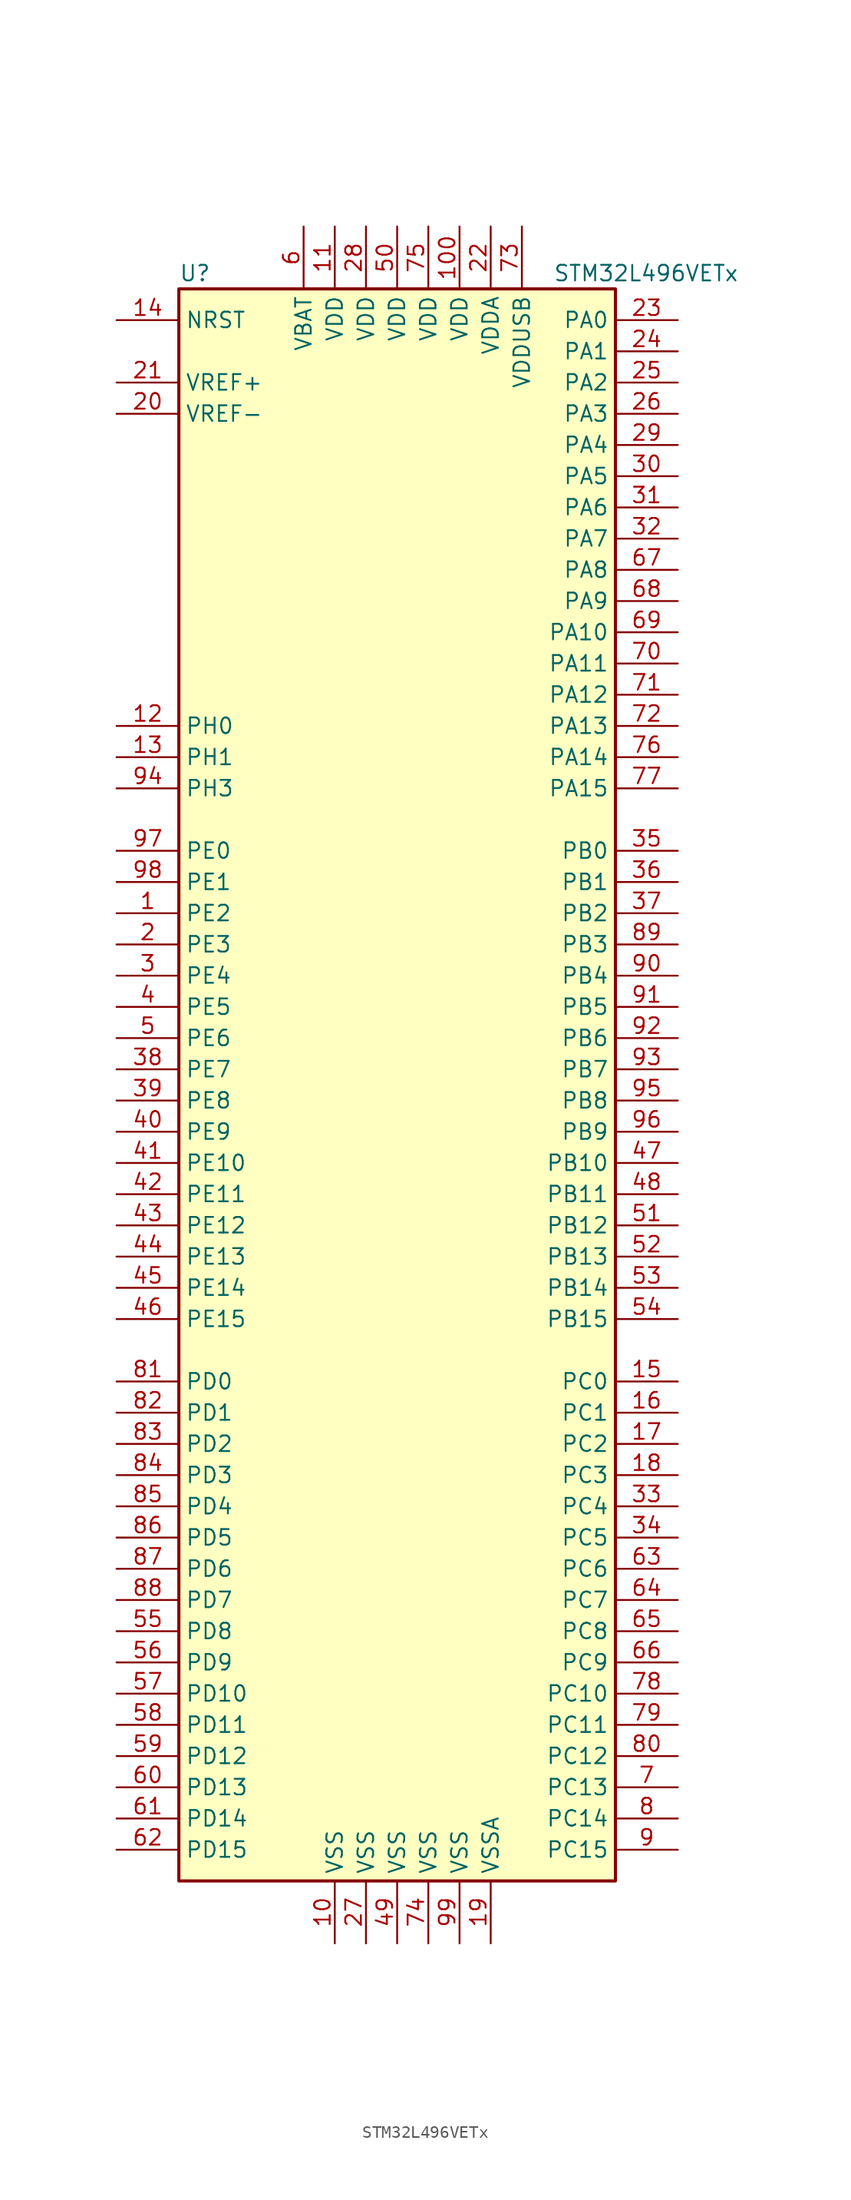
<source format=kicad_sym>
(kicad_symbol_lib
  (version 20211014)
  (generator kicad_symbol_editor)
  (symbol "STM32L496VETx"
    (property "Reference" "U"
      (at -17.78 64.77 0)
      (effects (font (size 1.27 1.27)) (justify left)))
    (property "Value" "STM32L496VETx"
      (at 12.7 64.77 0)
      (effects (font (size 1.27 1.27)) (justify left)))
    (symbol "STM32L496VETx_0_1"
      (rectangle (start -17.78 -66.04) (end 17.78 63.5) (stroke (width 0.254) (type default) (color 0 0 0 0)) (fill (type background))))
    (symbol "STM32L496VETx_1_1"
      (pin bidirectional line (at -22.86 12.7 0) (length 5.08) (name "PE2" (effects (font (size 1.27 1.27)))) (number "1" (effects (font (size 1.27 1.27)))))
      (pin power_in line (at -5.08 -71.12 90) (length 5.08) (name "VSS" (effects (font (size 1.27 1.27)))) (number "10" (effects (font (size 1.27 1.27)))))
      (pin power_in line (at 5.08 68.58 270) (length 5.08) (name "VDD" (effects (font (size 1.27 1.27)))) (number "100" (effects (font (size 1.27 1.27)))))
      (pin power_in line (at -5.08 68.58 270) (length 5.08) (name "VDD" (effects (font (size 1.27 1.27)))) (number "11" (effects (font (size 1.27 1.27)))))
      (pin input line (at -22.86 27.94 0) (length 5.08) (name "PH0" (effects (font (size 1.27 1.27)))) (number "12" (effects (font (size 1.27 1.27)))))
      (pin input line (at -22.86 25.4 0) (length 5.08) (name "PH1" (effects (font (size 1.27 1.27)))) (number "13" (effects (font (size 1.27 1.27)))))
      (pin input line (at -22.86 60.96 0) (length 5.08) (name "NRST" (effects (font (size 1.27 1.27)))) (number "14" (effects (font (size 1.27 1.27)))))
      (pin bidirectional line (at 22.86 -25.4 180) (length 5.08) (name "PC0" (effects (font (size 1.27 1.27)))) (number "15" (effects (font (size 1.27 1.27)))))
      (pin bidirectional line (at 22.86 -27.94 180) (length 5.08) (name "PC1" (effects (font (size 1.27 1.27)))) (number "16" (effects (font (size 1.27 1.27)))))
      (pin bidirectional line (at 22.86 -30.48 180) (length 5.08) (name "PC2" (effects (font (size 1.27 1.27)))) (number "17" (effects (font (size 1.27 1.27)))))
      (pin bidirectional line (at 22.86 -33.02 180) (length 5.08) (name "PC3" (effects (font (size 1.27 1.27)))) (number "18" (effects (font (size 1.27 1.27)))))
      (pin power_in line (at 7.62 -71.12 90) (length 5.08) (name "VSSA" (effects (font (size 1.27 1.27)))) (number "19" (effects (font (size 1.27 1.27)))))
      (pin bidirectional line (at -22.86 10.16 0) (length 5.08) (name "PE3" (effects (font (size 1.27 1.27)))) (number "2" (effects (font (size 1.27 1.27)))))
      (pin power_in line (at -22.86 53.34 0) (length 5.08) (name "VREF-" (effects (font (size 1.27 1.27)))) (number "20" (effects (font (size 1.27 1.27)))))
      (pin bidirectional line (at -22.86 55.88 0) (length 5.08) (name "VREF+" (effects (font (size 1.27 1.27)))) (number "21" (effects (font (size 1.27 1.27)))))
      (pin power_in line (at 7.62 68.58 270) (length 5.08) (name "VDDA" (effects (font (size 1.27 1.27)))) (number "22" (effects (font (size 1.27 1.27)))))
      (pin bidirectional line (at 22.86 60.96 180) (length 5.08) (name "PA0" (effects (font (size 1.27 1.27)))) (number "23" (effects (font (size 1.27 1.27)))))
      (pin bidirectional line (at 22.86 58.42 180) (length 5.08) (name "PA1" (effects (font (size 1.27 1.27)))) (number "24" (effects (font (size 1.27 1.27)))))
      (pin bidirectional line (at 22.86 55.88 180) (length 5.08) (name "PA2" (effects (font (size 1.27 1.27)))) (number "25" (effects (font (size 1.27 1.27)))))
      (pin bidirectional line (at 22.86 53.34 180) (length 5.08) (name "PA3" (effects (font (size 1.27 1.27)))) (number "26" (effects (font (size 1.27 1.27)))))
      (pin power_in line (at -2.54 -71.12 90) (length 5.08) (name "VSS" (effects (font (size 1.27 1.27)))) (number "27" (effects (font (size 1.27 1.27)))))
      (pin power_in line (at -2.54 68.58 270) (length 5.08) (name "VDD" (effects (font (size 1.27 1.27)))) (number "28" (effects (font (size 1.27 1.27)))))
      (pin bidirectional line (at 22.86 50.8 180) (length 5.08) (name "PA4" (effects (font (size 1.27 1.27)))) (number "29" (effects (font (size 1.27 1.27)))))
      (pin bidirectional line (at -22.86 7.62 0) (length 5.08) (name "PE4" (effects (font (size 1.27 1.27)))) (number "3" (effects (font (size 1.27 1.27)))))
      (pin bidirectional line (at 22.86 48.26 180) (length 5.08) (name "PA5" (effects (font (size 1.27 1.27)))) (number "30" (effects (font (size 1.27 1.27)))))
      (pin bidirectional line (at 22.86 45.72 180) (length 5.08) (name "PA6" (effects (font (size 1.27 1.27)))) (number "31" (effects (font (size 1.27 1.27)))))
      (pin bidirectional line (at 22.86 43.18 180) (length 5.08) (name "PA7" (effects (font (size 1.27 1.27)))) (number "32" (effects (font (size 1.27 1.27)))))
      (pin bidirectional line (at 22.86 -35.56 180) (length 5.08) (name "PC4" (effects (font (size 1.27 1.27)))) (number "33" (effects (font (size 1.27 1.27)))))
      (pin bidirectional line (at 22.86 -38.1 180) (length 5.08) (name "PC5" (effects (font (size 1.27 1.27)))) (number "34" (effects (font (size 1.27 1.27)))))
      (pin bidirectional line (at 22.86 17.78 180) (length 5.08) (name "PB0" (effects (font (size 1.27 1.27)))) (number "35" (effects (font (size 1.27 1.27)))))
      (pin bidirectional line (at 22.86 15.24 180) (length 5.08) (name "PB1" (effects (font (size 1.27 1.27)))) (number "36" (effects (font (size 1.27 1.27)))))
      (pin bidirectional line (at 22.86 12.7 180) (length 5.08) (name "PB2" (effects (font (size 1.27 1.27)))) (number "37" (effects (font (size 1.27 1.27)))))
      (pin bidirectional line (at -22.86 0 0) (length 5.08) (name "PE7" (effects (font (size 1.27 1.27)))) (number "38" (effects (font (size 1.27 1.27)))))
      (pin bidirectional line (at -22.86 -2.54 0) (length 5.08) (name "PE8" (effects (font (size 1.27 1.27)))) (number "39" (effects (font (size 1.27 1.27)))))
      (pin bidirectional line (at -22.86 5.08 0) (length 5.08) (name "PE5" (effects (font (size 1.27 1.27)))) (number "4" (effects (font (size 1.27 1.27)))))
      (pin bidirectional line (at -22.86 -5.08 0) (length 5.08) (name "PE9" (effects (font (size 1.27 1.27)))) (number "40" (effects (font (size 1.27 1.27)))))
      (pin bidirectional line (at -22.86 -7.62 0) (length 5.08) (name "PE10" (effects (font (size 1.27 1.27)))) (number "41" (effects (font (size 1.27 1.27)))))
      (pin bidirectional line (at -22.86 -10.16 0) (length 5.08) (name "PE11" (effects (font (size 1.27 1.27)))) (number "42" (effects (font (size 1.27 1.27)))))
      (pin bidirectional line (at -22.86 -12.7 0) (length 5.08) (name "PE12" (effects (font (size 1.27 1.27)))) (number "43" (effects (font (size 1.27 1.27)))))
      (pin bidirectional line (at -22.86 -15.24 0) (length 5.08) (name "PE13" (effects (font (size 1.27 1.27)))) (number "44" (effects (font (size 1.27 1.27)))))
      (pin bidirectional line (at -22.86 -17.78 0) (length 5.08) (name "PE14" (effects (font (size 1.27 1.27)))) (number "45" (effects (font (size 1.27 1.27)))))
      (pin bidirectional line (at -22.86 -20.32 0) (length 5.08) (name "PE15" (effects (font (size 1.27 1.27)))) (number "46" (effects (font (size 1.27 1.27)))))
      (pin bidirectional line (at 22.86 -7.62 180) (length 5.08) (name "PB10" (effects (font (size 1.27 1.27)))) (number "47" (effects (font (size 1.27 1.27)))))
      (pin bidirectional line (at 22.86 -10.16 180) (length 5.08) (name "PB11" (effects (font (size 1.27 1.27)))) (number "48" (effects (font (size 1.27 1.27)))))
      (pin power_in line (at 0 -71.12 90) (length 5.08) (name "VSS" (effects (font (size 1.27 1.27)))) (number "49" (effects (font (size 1.27 1.27)))))
      (pin bidirectional line (at -22.86 2.54 0) (length 5.08) (name "PE6" (effects (font (size 1.27 1.27)))) (number "5" (effects (font (size 1.27 1.27)))))
      (pin power_in line (at 0 68.58 270) (length 5.08) (name "VDD" (effects (font (size 1.27 1.27)))) (number "50" (effects (font (size 1.27 1.27)))))
      (pin bidirectional line (at 22.86 -12.7 180) (length 5.08) (name "PB12" (effects (font (size 1.27 1.27)))) (number "51" (effects (font (size 1.27 1.27)))))
      (pin bidirectional line (at 22.86 -15.24 180) (length 5.08) (name "PB13" (effects (font (size 1.27 1.27)))) (number "52" (effects (font (size 1.27 1.27)))))
      (pin bidirectional line (at 22.86 -17.78 180) (length 5.08) (name "PB14" (effects (font (size 1.27 1.27)))) (number "53" (effects (font (size 1.27 1.27)))))
      (pin bidirectional line (at 22.86 -20.32 180) (length 5.08) (name "PB15" (effects (font (size 1.27 1.27)))) (number "54" (effects (font (size 1.27 1.27)))))
      (pin bidirectional line (at -22.86 -45.72 0) (length 5.08) (name "PD8" (effects (font (size 1.27 1.27)))) (number "55" (effects (font (size 1.27 1.27)))))
      (pin bidirectional line (at -22.86 -48.26 0) (length 5.08) (name "PD9" (effects (font (size 1.27 1.27)))) (number "56" (effects (font (size 1.27 1.27)))))
      (pin bidirectional line (at -22.86 -50.8 0) (length 5.08) (name "PD10" (effects (font (size 1.27 1.27)))) (number "57" (effects (font (size 1.27 1.27)))))
      (pin bidirectional line (at -22.86 -53.34 0) (length 5.08) (name "PD11" (effects (font (size 1.27 1.27)))) (number "58" (effects (font (size 1.27 1.27)))))
      (pin bidirectional line (at -22.86 -55.88 0) (length 5.08) (name "PD12" (effects (font (size 1.27 1.27)))) (number "59" (effects (font (size 1.27 1.27)))))
      (pin power_in line (at -7.62 68.58 270) (length 5.08) (name "VBAT" (effects (font (size 1.27 1.27)))) (number "6" (effects (font (size 1.27 1.27)))))
      (pin bidirectional line (at -22.86 -58.42 0) (length 5.08) (name "PD13" (effects (font (size 1.27 1.27)))) (number "60" (effects (font (size 1.27 1.27)))))
      (pin bidirectional line (at -22.86 -60.96 0) (length 5.08) (name "PD14" (effects (font (size 1.27 1.27)))) (number "61" (effects (font (size 1.27 1.27)))))
      (pin bidirectional line (at -22.86 -63.5 0) (length 5.08) (name "PD15" (effects (font (size 1.27 1.27)))) (number "62" (effects (font (size 1.27 1.27)))))
      (pin bidirectional line (at 22.86 -40.64 180) (length 5.08) (name "PC6" (effects (font (size 1.27 1.27)))) (number "63" (effects (font (size 1.27 1.27)))))
      (pin bidirectional line (at 22.86 -43.18 180) (length 5.08) (name "PC7" (effects (font (size 1.27 1.27)))) (number "64" (effects (font (size 1.27 1.27)))))
      (pin bidirectional line (at 22.86 -45.72 180) (length 5.08) (name "PC8" (effects (font (size 1.27 1.27)))) (number "65" (effects (font (size 1.27 1.27)))))
      (pin bidirectional line (at 22.86 -48.26 180) (length 5.08) (name "PC9" (effects (font (size 1.27 1.27)))) (number "66" (effects (font (size 1.27 1.27)))))
      (pin bidirectional line (at 22.86 40.64 180) (length 5.08) (name "PA8" (effects (font (size 1.27 1.27)))) (number "67" (effects (font (size 1.27 1.27)))))
      (pin bidirectional line (at 22.86 38.1 180) (length 5.08) (name "PA9" (effects (font (size 1.27 1.27)))) (number "68" (effects (font (size 1.27 1.27)))))
      (pin bidirectional line (at 22.86 35.56 180) (length 5.08) (name "PA10" (effects (font (size 1.27 1.27)))) (number "69" (effects (font (size 1.27 1.27)))))
      (pin bidirectional line (at 22.86 -58.42 180) (length 5.08) (name "PC13" (effects (font (size 1.27 1.27)))) (number "7" (effects (font (size 1.27 1.27)))))
      (pin bidirectional line (at 22.86 33.02 180) (length 5.08) (name "PA11" (effects (font (size 1.27 1.27)))) (number "70" (effects (font (size 1.27 1.27)))))
      (pin bidirectional line (at 22.86 30.48 180) (length 5.08) (name "PA12" (effects (font (size 1.27 1.27)))) (number "71" (effects (font (size 1.27 1.27)))))
      (pin bidirectional line (at 22.86 27.94 180) (length 5.08) (name "PA13" (effects (font (size 1.27 1.27)))) (number "72" (effects (font (size 1.27 1.27)))))
      (pin power_in line (at 10.16 68.58 270) (length 5.08) (name "VDDUSB" (effects (font (size 1.27 1.27)))) (number "73" (effects (font (size 1.27 1.27)))))
      (pin power_in line (at 2.54 -71.12 90) (length 5.08) (name "VSS" (effects (font (size 1.27 1.27)))) (number "74" (effects (font (size 1.27 1.27)))))
      (pin power_in line (at 2.54 68.58 270) (length 5.08) (name "VDD" (effects (font (size 1.27 1.27)))) (number "75" (effects (font (size 1.27 1.27)))))
      (pin bidirectional line (at 22.86 25.4 180) (length 5.08) (name "PA14" (effects (font (size 1.27 1.27)))) (number "76" (effects (font (size 1.27 1.27)))))
      (pin bidirectional line (at 22.86 22.86 180) (length 5.08) (name "PA15" (effects (font (size 1.27 1.27)))) (number "77" (effects (font (size 1.27 1.27)))))
      (pin bidirectional line (at 22.86 -50.8 180) (length 5.08) (name "PC10" (effects (font (size 1.27 1.27)))) (number "78" (effects (font (size 1.27 1.27)))))
      (pin bidirectional line (at 22.86 -53.34 180) (length 5.08) (name "PC11" (effects (font (size 1.27 1.27)))) (number "79" (effects (font (size 1.27 1.27)))))
      (pin bidirectional line (at 22.86 -60.96 180) (length 5.08) (name "PC14" (effects (font (size 1.27 1.27)))) (number "8" (effects (font (size 1.27 1.27)))))
      (pin bidirectional line (at 22.86 -55.88 180) (length 5.08) (name "PC12" (effects (font (size 1.27 1.27)))) (number "80" (effects (font (size 1.27 1.27)))))
      (pin bidirectional line (at -22.86 -25.4 0) (length 5.08) (name "PD0" (effects (font (size 1.27 1.27)))) (number "81" (effects (font (size 1.27 1.27)))))
      (pin bidirectional line (at -22.86 -27.94 0) (length 5.08) (name "PD1" (effects (font (size 1.27 1.27)))) (number "82" (effects (font (size 1.27 1.27)))))
      (pin bidirectional line (at -22.86 -30.48 0) (length 5.08) (name "PD2" (effects (font (size 1.27 1.27)))) (number "83" (effects (font (size 1.27 1.27)))))
      (pin bidirectional line (at -22.86 -33.02 0) (length 5.08) (name "PD3" (effects (font (size 1.27 1.27)))) (number "84" (effects (font (size 1.27 1.27)))))
      (pin bidirectional line (at -22.86 -35.56 0) (length 5.08) (name "PD4" (effects (font (size 1.27 1.27)))) (number "85" (effects (font (size 1.27 1.27)))))
      (pin bidirectional line (at -22.86 -38.1 0) (length 5.08) (name "PD5" (effects (font (size 1.27 1.27)))) (number "86" (effects (font (size 1.27 1.27)))))
      (pin bidirectional line (at -22.86 -40.64 0) (length 5.08) (name "PD6" (effects (font (size 1.27 1.27)))) (number "87" (effects (font (size 1.27 1.27)))))
      (pin bidirectional line (at -22.86 -43.18 0) (length 5.08) (name "PD7" (effects (font (size 1.27 1.27)))) (number "88" (effects (font (size 1.27 1.27)))))
      (pin bidirectional line (at 22.86 10.16 180) (length 5.08) (name "PB3" (effects (font (size 1.27 1.27)))) (number "89" (effects (font (size 1.27 1.27)))))
      (pin bidirectional line (at 22.86 -63.5 180) (length 5.08) (name "PC15" (effects (font (size 1.27 1.27)))) (number "9" (effects (font (size 1.27 1.27)))))
      (pin bidirectional line (at 22.86 7.62 180) (length 5.08) (name "PB4" (effects (font (size 1.27 1.27)))) (number "90" (effects (font (size 1.27 1.27)))))
      (pin bidirectional line (at 22.86 5.08 180) (length 5.08) (name "PB5" (effects (font (size 1.27 1.27)))) (number "91" (effects (font (size 1.27 1.27)))))
      (pin bidirectional line (at 22.86 2.54 180) (length 5.08) (name "PB6" (effects (font (size 1.27 1.27)))) (number "92" (effects (font (size 1.27 1.27)))))
      (pin bidirectional line (at 22.86 0 180) (length 5.08) (name "PB7" (effects (font (size 1.27 1.27)))) (number "93" (effects (font (size 1.27 1.27)))))
      (pin bidirectional line (at -22.86 22.86 0) (length 5.08) (name "PH3" (effects (font (size 1.27 1.27)))) (number "94" (effects (font (size 1.27 1.27)))))
      (pin bidirectional line (at 22.86 -2.54 180) (length 5.08) (name "PB8" (effects (font (size 1.27 1.27)))) (number "95" (effects (font (size 1.27 1.27)))))
      (pin bidirectional line (at 22.86 -5.08 180) (length 5.08) (name "PB9" (effects (font (size 1.27 1.27)))) (number "96" (effects (font (size 1.27 1.27)))))
      (pin bidirectional line (at -22.86 17.78 0) (length 5.08) (name "PE0" (effects (font (size 1.27 1.27)))) (number "97" (effects (font (size 1.27 1.27)))))
      (pin bidirectional line (at -22.86 15.24 0) (length 5.08) (name "PE1" (effects (font (size 1.27 1.27)))) (number "98" (effects (font (size 1.27 1.27)))))
      (pin power_in line (at 5.08 -71.12 90) (length 5.08) (name "VSS" (effects (font (size 1.27 1.27)))) (number "99" (effects (font (size 1.27 1.27))))))))
</source>
